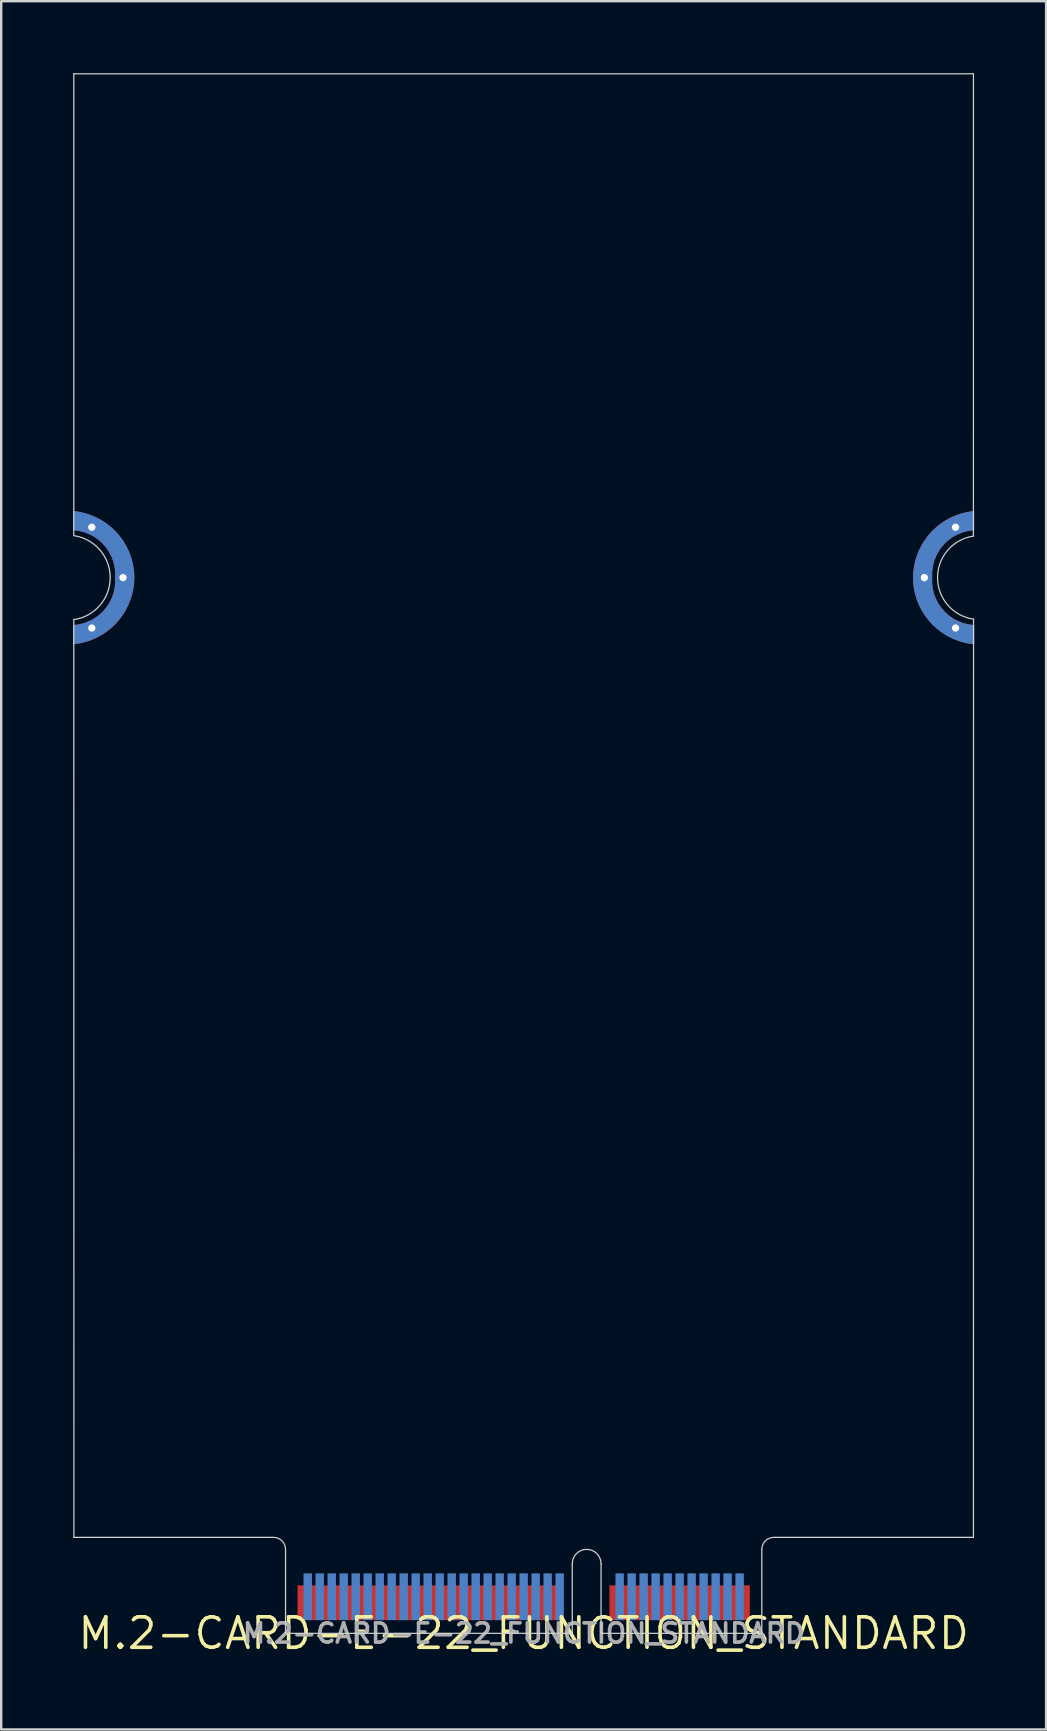
<source format=kicad_pcb>
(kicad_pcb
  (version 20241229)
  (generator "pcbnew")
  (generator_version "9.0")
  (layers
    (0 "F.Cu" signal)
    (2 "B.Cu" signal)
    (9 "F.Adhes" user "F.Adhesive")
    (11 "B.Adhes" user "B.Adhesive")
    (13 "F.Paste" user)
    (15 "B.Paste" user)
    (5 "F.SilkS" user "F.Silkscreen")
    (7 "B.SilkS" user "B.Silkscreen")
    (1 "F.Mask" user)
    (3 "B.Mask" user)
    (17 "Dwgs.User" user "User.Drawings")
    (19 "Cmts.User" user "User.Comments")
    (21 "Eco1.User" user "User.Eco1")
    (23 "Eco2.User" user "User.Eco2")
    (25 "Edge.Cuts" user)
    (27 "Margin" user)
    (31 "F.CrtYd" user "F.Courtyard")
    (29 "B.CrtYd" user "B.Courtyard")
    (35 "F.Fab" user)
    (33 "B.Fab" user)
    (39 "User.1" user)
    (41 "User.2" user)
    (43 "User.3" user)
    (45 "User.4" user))
  (footprint "M.2-CARD-E-22_FUNCTION_STANDARD"
    (layer "F.Cu")
    (at 18.776 65.025)
    (property "Reference" "M.2-CARD-E-22_FUNCTION_STANDARD" (at 0 0 0) (layer "F.SilkS") (effects (font (size 1.27 1.27) (thickness 0.15))))
    (attr through_hole)
    (fp_poly (pts (xy -16.261 -43.761) (xy -16.293 -43.523) (xy -16.345 -43.289) (xy -16.417 -43.061) (xy -16.508 -42.839) (xy -16.618 -42.627) (xy -16.746 -42.424) (xy -16.892 -42.234) (xy -17.053 -42.057) (xy -17.229 -41.894) (xy -17.418 -41.747) (xy -17.619 -41.617) (xy -17.831 -41.505) (xy -18.052 -41.412) (xy -18.279 -41.338) (xy -18.513 -41.284) (xy -18.75 -41.25) (xy -18.75 -42) (xy -18.525 -42.029) (xy -18.305 -42.084) (xy -18.093 -42.166) (xy -17.893 -42.273) (xy -17.707 -42.403) (xy -17.538 -42.554) (xy -17.389 -42.725) (xy -17.261 -42.913) (xy -17.157 -43.114) (xy -17.078 -43.327) (xy -17.025 -43.548) (xy -16.999 -43.773) (xy -17 -44) (xy -16.999 -44.227) (xy -17.025 -44.452) (xy -17.078 -44.673) (xy -17.157 -44.886) (xy -17.261 -45.087) (xy -17.389 -45.275) (xy -17.538 -45.446) (xy -17.707 -45.597) (xy -17.893 -45.727) (xy -18.093 -45.834) (xy -18.305 -45.916) (xy -18.525 -45.971) (xy -18.75 -46) (xy -18.75 -46.75) (xy -18.514 -46.715) (xy -18.281 -46.659) (xy -18.054 -46.584) (xy -17.834 -46.49) (xy -17.623 -46.377) (xy -17.423 -46.247) (xy -17.234 -46.1) (xy -17.059 -45.938) (xy -16.898 -45.761) (xy -16.753 -45.571) (xy -16.624 -45.369) (xy -16.514 -45.157) (xy -16.422 -44.936) (xy -16.349 -44.709) (xy -16.296 -44.476) (xy -16.263 -44.239) (xy -16.25 -44)) (stroke (width 0.05) (type solid)) (fill yes) (layer "F.Cu"))
    (fp_poly (pts (xy 16.261 -44.239) (xy 16.293 -44.477) (xy 16.345 -44.711) (xy 16.417 -44.939) (xy 16.508 -45.161) (xy 16.618 -45.373) (xy 16.746 -45.576) (xy 16.892 -45.766) (xy 17.053 -45.943) (xy 17.229 -46.106) (xy 17.418 -46.253) (xy 17.619 -46.383) (xy 17.831 -46.495) (xy 18.052 -46.588) (xy 18.279 -46.662) (xy 18.513 -46.716) (xy 18.75 -46.75) (xy 18.75 -46) (xy 18.525 -45.971) (xy 18.305 -45.916) (xy 18.093 -45.834) (xy 17.893 -45.727) (xy 17.707 -45.597) (xy 17.538 -45.446) (xy 17.389 -45.275) (xy 17.261 -45.087) (xy 17.157 -44.886) (xy 17.078 -44.673) (xy 17.025 -44.452) (xy 16.999 -44.227) (xy 17 -44) (xy 16.999 -43.773) (xy 17.025 -43.548) (xy 17.078 -43.327) (xy 17.157 -43.114) (xy 17.261 -42.913) (xy 17.389 -42.725) (xy 17.538 -42.554) (xy 17.707 -42.403) (xy 17.893 -42.273) (xy 18.093 -42.166) (xy 18.305 -42.084) (xy 18.525 -42.029) (xy 18.75 -42) (xy 18.75 -41.25) (xy 18.514 -41.285) (xy 18.281 -41.341) (xy 18.054 -41.416) (xy 17.834 -41.51) (xy 17.623 -41.623) (xy 17.423 -41.753) (xy 17.234 -41.9) (xy 17.059 -42.062) (xy 16.898 -42.239) (xy 16.753 -42.429) (xy 16.624 -42.631) (xy 16.514 -42.843) (xy 16.422 -43.064) (xy 16.349 -43.291) (xy 16.296 -43.524) (xy 16.263 -43.761) (xy 16.25 -44)) (stroke (width 0.05) (type solid)) (fill yes) (layer "F.Cu"))
    (fp_poly (pts (xy -16.261 -44.239) (xy -16.293 -44.477) (xy -16.345 -44.711) (xy -16.417 -44.939) (xy -16.508 -45.161) (xy -16.618 -45.373) (xy -16.746 -45.576) (xy -16.892 -45.766) (xy -17.053 -45.943) (xy -17.229 -46.106) (xy -17.418 -46.253) (xy -17.619 -46.383) (xy -17.831 -46.495) (xy -18.052 -46.588) (xy -18.279 -46.662) (xy -18.513 -46.716) (xy -18.75 -46.75) (xy -18.75 -46) (xy -18.525 -45.971) (xy -18.305 -45.916) (xy -18.093 -45.834) (xy -17.893 -45.727) (xy -17.707 -45.597) (xy -17.538 -45.446) (xy -17.389 -45.275) (xy -17.261 -45.087) (xy -17.157 -44.886) (xy -17.078 -44.673) (xy -17.025 -44.452) (xy -16.999 -44.227) (xy -17 -44) (xy -16.999 -43.773) (xy -17.025 -43.548) (xy -17.078 -43.327) (xy -17.157 -43.114) (xy -17.261 -42.913) (xy -17.389 -42.725) (xy -17.538 -42.554) (xy -17.707 -42.403) (xy -17.893 -42.273) (xy -18.093 -42.166) (xy -18.305 -42.084) (xy -18.525 -42.029) (xy -18.75 -42) (xy -18.75 -41.25) (xy -18.514 -41.285) (xy -18.281 -41.341) (xy -18.054 -41.416) (xy -17.834 -41.51) (xy -17.623 -41.623) (xy -17.423 -41.753) (xy -17.234 -41.9) (xy -17.059 -42.062) (xy -16.898 -42.239) (xy -16.753 -42.429) (xy -16.624 -42.631) (xy -16.514 -42.843) (xy -16.422 -43.064) (xy -16.349 -43.291) (xy -16.296 -43.524) (xy -16.263 -43.761) (xy -16.25 -44)) (stroke (width 0.05) (type solid)) (fill yes) (layer "B.Cu"))
    (fp_poly (pts (xy 16.261 -43.761) (xy 16.293 -43.523) (xy 16.345 -43.289) (xy 16.417 -43.061) (xy 16.508 -42.839) (xy 16.618 -42.627) (xy 16.746 -42.424) (xy 16.892 -42.234) (xy 17.053 -42.057) (xy 17.229 -41.894) (xy 17.418 -41.747) (xy 17.619 -41.617) (xy 17.831 -41.505) (xy 18.052 -41.412) (xy 18.279 -41.338) (xy 18.513 -41.284) (xy 18.75 -41.25) (xy 18.75 -42) (xy 18.525 -42.029) (xy 18.305 -42.084) (xy 18.093 -42.166) (xy 17.893 -42.273) (xy 17.707 -42.403) (xy 17.538 -42.554) (xy 17.389 -42.725) (xy 17.261 -42.913) (xy 17.157 -43.114) (xy 17.078 -43.327) (xy 17.025 -43.548) (xy 16.999 -43.773) (xy 17 -44) (xy 16.999 -44.227) (xy 17.025 -44.452) (xy 17.078 -44.673) (xy 17.157 -44.886) (xy 17.261 -45.087) (xy 17.389 -45.275) (xy 17.538 -45.446) (xy 17.707 -45.597) (xy 17.893 -45.727) (xy 18.093 -45.834) (xy 18.305 -45.916) (xy 18.525 -45.971) (xy 18.75 -46) (xy 18.75 -46.75) (xy 18.514 -46.715) (xy 18.281 -46.659) (xy 18.054 -46.584) (xy 17.834 -46.49) (xy 17.623 -46.377) (xy 17.423 -46.247) (xy 17.234 -46.1) (xy 17.059 -45.938) (xy 16.898 -45.761) (xy 16.753 -45.571) (xy 16.624 -45.369) (xy 16.514 -45.157) (xy 16.422 -44.936) (xy 16.349 -44.709) (xy 16.296 -44.476) (xy 16.263 -44.239) (xy 16.25 -44)) (stroke (width 0.05) (type solid)) (fill yes) (layer "B.Cu"))
    (fp_line (start -18.75 -45.75) (end -18.75 -65) (stroke (width 0.051) (type solid)) (layer "Edge.Cuts"))
    (fp_line (start -18.746 -65) (end 18.746 -65) (stroke (width 0.051) (type solid)) (layer "Edge.Cuts"))
    (fp_line (start -18.746 -4) (end -18.75 -42.25) (stroke (width 0.051) (type solid)) (layer "Edge.Cuts"))
    (fp_line (start -10.425 -4) (end -18.746 -4) (stroke (width 0.051) (type solid)) (layer "Edge.Cuts"))
    (fp_line (start -9.925 0) (end -9.925 -3.5) (stroke (width 0.051) (type solid)) (layer "Edge.Cuts"))
    (fp_line (start 2.025 -2.9) (end 2.025 0) (stroke (width 0.051) (type solid)) (layer "Edge.Cuts"))
    (fp_line (start 2.025 0) (end -9.925 0) (stroke (width 0.051) (type solid)) (layer "Edge.Cuts"))
    (fp_line (start 3.225 -2.9) (end 3.225 0) (stroke (width 0.051) (type solid)) (layer "Edge.Cuts"))
    (fp_line (start 9.925 -3.5) (end 9.925 0) (stroke (width 0.051) (type solid)) (layer "Edge.Cuts"))
    (fp_line (start 9.925 0) (end 3.225 0) (stroke (width 0.051) (type solid)) (layer "Edge.Cuts"))
    (fp_line (start 10.425 -4) (end 18.746 -4) (stroke (width 0.051) (type solid)) (layer "Edge.Cuts"))
    (fp_line (start 18.744 -45.731) (end 18.746 -65) (stroke (width 0.051) (type solid)) (layer "Edge.Cuts"))
    (fp_line (start 18.746 -4) (end 18.749 -42.27) (stroke (width 0.051) (type solid)) (layer "Edge.Cuts"))
    (fp_arc (start -18.75 -45.75) (mid -17.232764 -44) (end -18.75 -42.25) (stroke (width 0.051) (type solid)) (layer "Edge.Cuts"))
    (fp_arc (start -10.425 -4) (mid -10.071447 -3.853553) (end -9.925 -3.5) (stroke (width 0.051) (type solid)) (layer "Edge.Cuts"))
    (fp_arc (start 2.025 -2.9) (mid 2.625 -3.5) (end 3.225 -2.9) (stroke (width 0.051) (type solid)) (layer "Edge.Cuts"))
    (fp_arc (start 9.925 -3.5) (mid 10.071447 -3.853553) (end 10.425 -4) (stroke (width 0.051) (type solid)) (layer "Edge.Cuts"))
    (fp_arc (start 18.74905 -42.270269) (mid 17.248956 -43.99845) (end 18.744 -45.731) (stroke (width 0.05) (type solid)) (layer "Edge.Cuts"))
    (fp_text user "${REFERENCE}" (at 0 0 0) (layer "F.Fab") (effects (font (size 0.8 0.8) (thickness 0.15))))
    (pad "1" thru_hole circle (at -18 -46.1) (size 0.61 0.61) (drill 0.305) (layers "*.Cu" "*.Mask"))
    (pad "1" thru_hole circle (at -18 -41.9) (size 0.61 0.61) (drill 0.305) (layers "*.Cu" "*.Mask"))
    (pad "1" thru_hole circle (at -16.7 -44) (size 0.61 0.61) (drill 0.305) (layers "*.Cu" "*.Mask"))
    (pad "1" smd rect (at 9.25 -1.275 180) (size 0.35 1.45) (layers "F.Cu" "F.Mask" "F.Paste"))
    (pad "1" thru_hole circle (at 16.7 -44) (size 0.61 0.61) (drill 0.305) (layers "*.Cu" "*.Mask"))
    (pad "1" thru_hole circle (at 18 -46.1) (size 0.61 0.61) (drill 0.305) (layers "*.Cu" "*.Mask"))
    (pad "1" thru_hole circle (at 18 -41.9) (size 0.61 0.61) (drill 0.305) (layers "*.Cu" "*.Mask"))
    (pad "2" smd rect (at 9 -1.525) (size 0.35 1.95) (layers "B.Cu" "B.Mask" "B.Paste"))
    (pad "3" smd rect (at 8.75 -1.275 180) (size 0.35 1.45) (layers "F.Cu" "F.Mask" "F.Paste"))
    (pad "4" smd rect (at 8.5 -1.525) (size 0.35 1.95) (layers "B.Cu" "B.Mask" "B.Paste"))
    (pad "5" smd rect (at 8.25 -1.275 180) (size 0.35 1.45) (layers "F.Cu" "F.Mask" "F.Paste"))
    (pad "6" smd rect (at 8 -1.525) (size 0.35 1.95) (layers "B.Cu" "B.Mask" "B.Paste"))
    (pad "7" smd rect (at 7.75 -1.275 180) (size 0.35 1.45) (layers "F.Cu" "F.Mask" "F.Paste"))
    (pad "8" smd rect (at 7.5 -1.525) (size 0.35 1.95) (layers "B.Cu" "B.Mask" "B.Paste"))
    (pad "9" smd rect (at 7.25 -1.275 180) (size 0.35 1.45) (layers "F.Cu" "F.Mask" "F.Paste"))
    (pad "10" smd rect (at 7 -1.525) (size 0.35 1.95) (layers "B.Cu" "B.Mask" "B.Paste"))
    (pad "11" smd rect (at 6.75 -1.275 180) (size 0.35 1.45) (layers "F.Cu" "F.Mask" "F.Paste"))
    (pad "12" smd rect (at 6.5 -1.525) (size 0.35 1.95) (layers "B.Cu" "B.Mask" "B.Paste"))
    (pad "13" smd rect (at 6.25 -1.275 180) (size 0.35 1.45) (layers "F.Cu" "F.Mask" "F.Paste"))
    (pad "14" smd rect (at 6 -1.525) (size 0.35 1.95) (layers "B.Cu" "B.Mask" "B.Paste"))
    (pad "15" smd rect (at 5.75 -1.275 180) (size 0.35 1.45) (layers "F.Cu" "F.Mask" "F.Paste"))
    (pad "16" smd rect (at 5.5 -1.525) (size 0.35 1.95) (layers "B.Cu" "B.Mask" "B.Paste"))
    (pad "17" smd rect (at 5.25 -1.275 180) (size 0.35 1.45) (layers "F.Cu" "F.Mask" "F.Paste"))
    (pad "18" smd rect (at 5 -1.525) (size 0.35 1.95) (layers "B.Cu" "B.Mask" "B.Paste"))
    (pad "19" smd rect (at 4.75 -1.275 180) (size 0.35 1.45) (layers "F.Cu" "F.Mask" "F.Paste"))
    (pad "20" smd rect (at 4.5 -1.525) (size 0.35 1.95) (layers "B.Cu" "B.Mask" "B.Paste"))
    (pad "21" smd rect (at 4.25 -1.275 180) (size 0.35 1.45) (layers "F.Cu" "F.Mask" "F.Paste"))
    (pad "22" smd rect (at 4 -1.525) (size 0.35 1.95) (layers "B.Cu" "B.Mask" "B.Paste"))
    (pad "23" smd rect (at 3.75 -1.275 180) (size 0.35 1.45) (layers "F.Cu" "F.Mask" "F.Paste"))
    (pad "32" smd rect (at 1.5 -1.525) (size 0.35 1.95) (layers "B.Cu" "B.Mask" "B.Paste"))
    (pad "33" smd rect (at 1.25 -1.275 180) (size 0.35 1.45) (layers "F.Cu" "F.Mask" "F.Paste"))
    (pad "34" smd rect (at 1 -1.525) (size 0.35 1.95) (layers "B.Cu" "B.Mask" "B.Paste"))
    (pad "35" smd rect (at 0.75 -1.275 180) (size 0.35 1.45) (layers "F.Cu" "F.Mask" "F.Paste"))
    (pad "36" smd rect (at 0.5 -1.525) (size 0.35 1.95) (layers "B.Cu" "B.Mask" "B.Paste"))
    (pad "37" smd rect (at 0.25 -1.275 180) (size 0.35 1.45) (layers "F.Cu" "F.Mask" "F.Paste"))
    (pad "38" smd rect (at 0 -1.525) (size 0.35 1.95) (layers "B.Cu" "B.Mask" "B.Paste"))
    (pad "39" smd rect (at -0.25 -1.275 180) (size 0.35 1.45) (layers "F.Cu" "F.Mask" "F.Paste"))
    (pad "40" smd rect (at -0.5 -1.525) (size 0.35 1.95) (layers "B.Cu" "B.Mask" "B.Paste"))
    (pad "41" smd rect (at -0.75 -1.275 180) (size 0.35 1.45) (layers "F.Cu" "F.Mask" "F.Paste"))
    (pad "42" smd rect (at -1 -1.525) (size 0.35 1.95) (layers "B.Cu" "B.Mask" "B.Paste"))
    (pad "43" smd rect (at -1.25 -1.275 180) (size 0.35 1.45) (layers "F.Cu" "F.Mask" "F.Paste"))
    (pad "44" smd rect (at -1.5 -1.525) (size 0.35 1.95) (layers "B.Cu" "B.Mask" "B.Paste"))
    (pad "45" smd rect (at -1.75 -1.275 180) (size 0.35 1.45) (layers "F.Cu" "F.Mask" "F.Paste"))
    (pad "46" smd rect (at -2 -1.525) (size 0.35 1.95) (layers "B.Cu" "B.Mask" "B.Paste"))
    (pad "47" smd rect (at -2.25 -1.275 180) (size 0.35 1.45) (layers "F.Cu" "F.Mask" "F.Paste"))
    (pad "48" smd rect (at -2.5 -1.525) (size 0.35 1.95) (layers "B.Cu" "B.Mask" "B.Paste"))
    (pad "49" smd rect (at -2.75 -1.275 180) (size 0.35 1.45) (layers "F.Cu" "F.Mask" "F.Paste"))
    (pad "50" smd rect (at -3 -1.525) (size 0.35 1.95) (layers "B.Cu" "B.Mask" "B.Paste"))
    (pad "51" smd rect (at -3.25 -1.275 180) (size 0.35 1.45) (layers "F.Cu" "F.Mask" "F.Paste"))
    (pad "52" smd rect (at -3.5 -1.525) (size 0.35 1.95) (layers "B.Cu" "B.Mask" "B.Paste"))
    (pad "53" smd rect (at -3.75 -1.275 180) (size 0.35 1.45) (layers "F.Cu" "F.Mask" "F.Paste"))
    (pad "54" smd rect (at -4 -1.525) (size 0.35 1.95) (layers "B.Cu" "B.Mask" "B.Paste"))
    (pad "55" smd rect (at -4.25 -1.275 180) (size 0.35 1.45) (layers "F.Cu" "F.Mask" "F.Paste"))
    (pad "56" smd rect (at -4.5 -1.525) (size 0.35 1.95) (layers "B.Cu" "B.Mask" "B.Paste"))
    (pad "57" smd rect (at -4.75 -1.275 180) (size 0.35 1.45) (layers "F.Cu" "F.Mask" "F.Paste"))
    (pad "58" smd rect (at -5 -1.525) (size 0.35 1.95) (layers "B.Cu" "B.Mask" "B.Paste"))
    (pad "59" smd rect (at -5.25 -1.275 180) (size 0.35 1.45) (layers "F.Cu" "F.Mask" "F.Paste"))
    (pad "60" smd rect (at -5.5 -1.525) (size 0.35 1.95) (layers "B.Cu" "B.Mask" "B.Paste"))
    (pad "61" smd rect (at -5.75 -1.275 180) (size 0.35 1.45) (layers "F.Cu" "F.Mask" "F.Paste"))
    (pad "62" smd rect (at -6 -1.525) (size 0.35 1.95) (layers "B.Cu" "B.Mask" "B.Paste"))
    (pad "63" smd rect (at -6.25 -1.275 180) (size 0.35 1.45) (layers "F.Cu" "F.Mask" "F.Paste"))
    (pad "64" smd rect (at -6.5 -1.525) (size 0.35 1.95) (layers "B.Cu" "B.Mask" "B.Paste"))
    (pad "65" smd rect (at -6.75 -1.275 180) (size 0.35 1.45) (layers "F.Cu" "F.Mask" "F.Paste"))
    (pad "66" smd rect (at -7 -1.525) (size 0.35 1.95) (layers "B.Cu" "B.Mask" "B.Paste"))
    (pad "67" smd rect (at -7.25 -1.275 180) (size 0.35 1.45) (layers "F.Cu" "F.Mask" "F.Paste"))
    (pad "68" smd rect (at -7.5 -1.525) (size 0.35 1.95) (layers "B.Cu" "B.Mask" "B.Paste"))
    (pad "69" smd rect (at -7.75 -1.275 180) (size 0.35 1.45) (layers "F.Cu" "F.Mask" "F.Paste"))
    (pad "70" smd rect (at -8 -1.525) (size 0.35 1.95) (layers "B.Cu" "B.Mask" "B.Paste"))
    (pad "71" smd rect (at -8.25 -1.275 180) (size 0.35 1.45) (layers "F.Cu" "F.Mask" "F.Paste"))
    (pad "72" smd rect (at -8.5 -1.525) (size 0.35 1.95) (layers "B.Cu" "B.Mask" "B.Paste"))
    (pad "73" smd rect (at -8.75 -1.275 180) (size 0.35 1.45) (layers "F.Cu" "F.Mask" "F.Paste"))
    (pad "74" smd rect (at -9 -1.525) (size 0.35 1.95) (layers "B.Cu" "B.Mask" "B.Paste"))
    (pad "75" smd rect (at -9.25 -1.275 180) (size 0.35 1.45) (layers "F.Cu" "F.Mask" "F.Paste")))
  (gr_rect
    (start -3 -3)
    (end 40.55 69.032)
    (stroke (width 0.1) (type default))
    (fill no)
    (layer "Edge.Cuts")))
</source>
